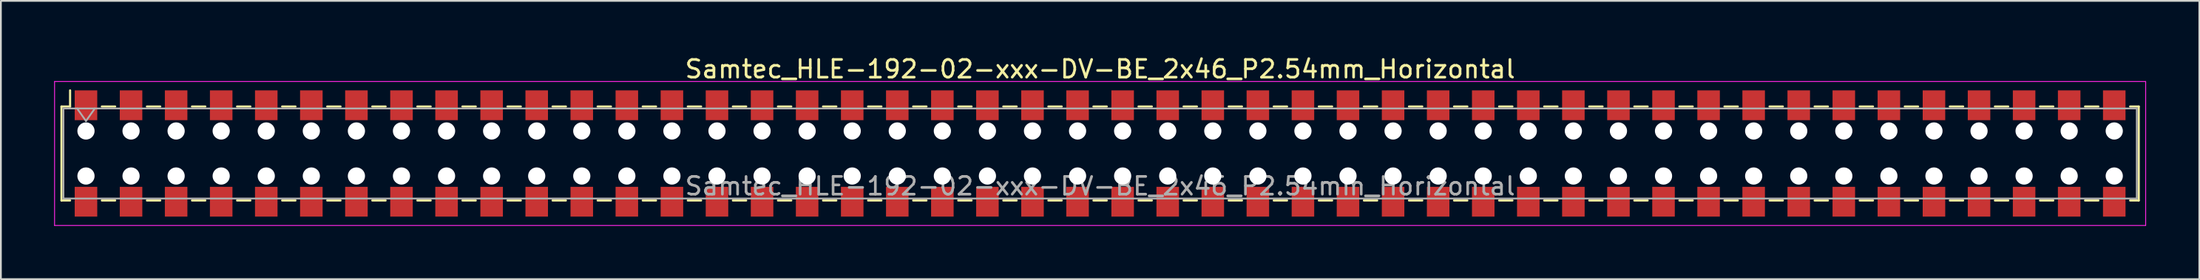
<source format=kicad_pcb>
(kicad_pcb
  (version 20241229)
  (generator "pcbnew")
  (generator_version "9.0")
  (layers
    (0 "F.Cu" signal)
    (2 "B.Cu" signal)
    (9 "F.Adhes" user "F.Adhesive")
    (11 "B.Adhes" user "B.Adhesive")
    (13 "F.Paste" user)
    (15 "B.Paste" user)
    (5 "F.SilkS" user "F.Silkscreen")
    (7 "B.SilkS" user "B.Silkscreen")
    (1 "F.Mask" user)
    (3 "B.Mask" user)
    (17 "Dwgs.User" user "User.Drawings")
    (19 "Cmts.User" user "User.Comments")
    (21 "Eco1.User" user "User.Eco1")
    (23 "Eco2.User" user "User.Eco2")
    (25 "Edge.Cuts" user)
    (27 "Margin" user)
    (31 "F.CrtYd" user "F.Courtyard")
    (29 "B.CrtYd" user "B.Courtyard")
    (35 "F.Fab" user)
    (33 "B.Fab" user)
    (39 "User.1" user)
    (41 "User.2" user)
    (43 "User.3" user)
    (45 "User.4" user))
  (footprint "Samtec_HLE-192-02-xxx-DV-BE_2x46_P2.54mm_Horizontal"
    (layer "F.Cu")
    (at 58.945 5.608)
    (property "Reference" "Samtec_HLE-192-02-xxx-DV-BE_2x46_P2.54mm_Horizontal" (at 0 -4.76 0) (layer "F.SilkS") (effects (font (size 1 1) (thickness 0.15))))
    (attr smd)
    (fp_line (start -58.53 -2.65) (end -58.53 2.65) (stroke (width 0.12) (type solid)) (layer "F.SilkS"))
    (fp_line (start -58.53 2.65) (end -58.045 2.65) (stroke (width 0.12) (type solid)) (layer "F.SilkS"))
    (fp_line (start -58.045 -3.56) (end -58.045 -2.65) (stroke (width 0.12) (type solid)) (layer "F.SilkS"))
    (fp_line (start -58.045 -2.65) (end -58.53 -2.65) (stroke (width 0.12) (type solid)) (layer "F.SilkS"))
    (fp_line (start -56.255 -2.65) (end -55.505 -2.65) (stroke (width 0.12) (type solid)) (layer "F.SilkS"))
    (fp_line (start -56.255 2.65) (end -55.505 2.65) (stroke (width 0.12) (type solid)) (layer "F.SilkS"))
    (fp_line (start -53.715 -2.65) (end -52.965 -2.65) (stroke (width 0.12) (type solid)) (layer "F.SilkS"))
    (fp_line (start -53.715 2.65) (end -52.965 2.65) (stroke (width 0.12) (type solid)) (layer "F.SilkS"))
    (fp_line (start -51.175 -2.65) (end -50.425 -2.65) (stroke (width 0.12) (type solid)) (layer "F.SilkS"))
    (fp_line (start -51.175 2.65) (end -50.425 2.65) (stroke (width 0.12) (type solid)) (layer "F.SilkS"))
    (fp_line (start -48.635 -2.65) (end -47.885 -2.65) (stroke (width 0.12) (type solid)) (layer "F.SilkS"))
    (fp_line (start -48.635 2.65) (end -47.885 2.65) (stroke (width 0.12) (type solid)) (layer "F.SilkS"))
    (fp_line (start -46.095 -2.65) (end -45.345 -2.65) (stroke (width 0.12) (type solid)) (layer "F.SilkS"))
    (fp_line (start -46.095 2.65) (end -45.345 2.65) (stroke (width 0.12) (type solid)) (layer "F.SilkS"))
    (fp_line (start -43.555 -2.65) (end -42.805 -2.65) (stroke (width 0.12) (type solid)) (layer "F.SilkS"))
    (fp_line (start -43.555 2.65) (end -42.805 2.65) (stroke (width 0.12) (type solid)) (layer "F.SilkS"))
    (fp_line (start -41.015 -2.65) (end -40.265 -2.65) (stroke (width 0.12) (type solid)) (layer "F.SilkS"))
    (fp_line (start -41.015 2.65) (end -40.265 2.65) (stroke (width 0.12) (type solid)) (layer "F.SilkS"))
    (fp_line (start -38.475 -2.65) (end -37.725 -2.65) (stroke (width 0.12) (type solid)) (layer "F.SilkS"))
    (fp_line (start -38.475 2.65) (end -37.725 2.65) (stroke (width 0.12) (type solid)) (layer "F.SilkS"))
    (fp_line (start -35.935 -2.65) (end -35.185 -2.65) (stroke (width 0.12) (type solid)) (layer "F.SilkS"))
    (fp_line (start -35.935 2.65) (end -35.185 2.65) (stroke (width 0.12) (type solid)) (layer "F.SilkS"))
    (fp_line (start -33.395 -2.65) (end -32.645 -2.65) (stroke (width 0.12) (type solid)) (layer "F.SilkS"))
    (fp_line (start -33.395 2.65) (end -32.645 2.65) (stroke (width 0.12) (type solid)) (layer "F.SilkS"))
    (fp_line (start -30.855 -2.65) (end -30.105 -2.65) (stroke (width 0.12) (type solid)) (layer "F.SilkS"))
    (fp_line (start -30.855 2.65) (end -30.105 2.65) (stroke (width 0.12) (type solid)) (layer "F.SilkS"))
    (fp_line (start -28.315 -2.65) (end -27.565 -2.65) (stroke (width 0.12) (type solid)) (layer "F.SilkS"))
    (fp_line (start -28.315 2.65) (end -27.565 2.65) (stroke (width 0.12) (type solid)) (layer "F.SilkS"))
    (fp_line (start -25.775 -2.65) (end -25.025 -2.65) (stroke (width 0.12) (type solid)) (layer "F.SilkS"))
    (fp_line (start -25.775 2.65) (end -25.025 2.65) (stroke (width 0.12) (type solid)) (layer "F.SilkS"))
    (fp_line (start -23.235 -2.65) (end -22.485 -2.65) (stroke (width 0.12) (type solid)) (layer "F.SilkS"))
    (fp_line (start -23.235 2.65) (end -22.485 2.65) (stroke (width 0.12) (type solid)) (layer "F.SilkS"))
    (fp_line (start -20.695 -2.65) (end -19.945 -2.65) (stroke (width 0.12) (type solid)) (layer "F.SilkS"))
    (fp_line (start -20.695 2.65) (end -19.945 2.65) (stroke (width 0.12) (type solid)) (layer "F.SilkS"))
    (fp_line (start -18.155 -2.65) (end -17.405 -2.65) (stroke (width 0.12) (type solid)) (layer "F.SilkS"))
    (fp_line (start -18.155 2.65) (end -17.405 2.65) (stroke (width 0.12) (type solid)) (layer "F.SilkS"))
    (fp_line (start -15.615 -2.65) (end -14.865 -2.65) (stroke (width 0.12) (type solid)) (layer "F.SilkS"))
    (fp_line (start -15.615 2.65) (end -14.865 2.65) (stroke (width 0.12) (type solid)) (layer "F.SilkS"))
    (fp_line (start -13.075 -2.65) (end -12.325 -2.65) (stroke (width 0.12) (type solid)) (layer "F.SilkS"))
    (fp_line (start -13.075 2.65) (end -12.325 2.65) (stroke (width 0.12) (type solid)) (layer "F.SilkS"))
    (fp_line (start -10.535 -2.65) (end -9.785 -2.65) (stroke (width 0.12) (type solid)) (layer "F.SilkS"))
    (fp_line (start -10.535 2.65) (end -9.785 2.65) (stroke (width 0.12) (type solid)) (layer "F.SilkS"))
    (fp_line (start -7.995 -2.65) (end -7.245 -2.65) (stroke (width 0.12) (type solid)) (layer "F.SilkS"))
    (fp_line (start -7.995 2.65) (end -7.245 2.65) (stroke (width 0.12) (type solid)) (layer "F.SilkS"))
    (fp_line (start -5.455 -2.65) (end -4.705 -2.65) (stroke (width 0.12) (type solid)) (layer "F.SilkS"))
    (fp_line (start -5.455 2.65) (end -4.705 2.65) (stroke (width 0.12) (type solid)) (layer "F.SilkS"))
    (fp_line (start -2.915 -2.65) (end -2.165 -2.65) (stroke (width 0.12) (type solid)) (layer "F.SilkS"))
    (fp_line (start -2.915 2.65) (end -2.165 2.65) (stroke (width 0.12) (type solid)) (layer "F.SilkS"))
    (fp_line (start -0.375 -2.65) (end 0.375 -2.65) (stroke (width 0.12) (type solid)) (layer "F.SilkS"))
    (fp_line (start -0.375 2.65) (end 0.375 2.65) (stroke (width 0.12) (type solid)) (layer "F.SilkS"))
    (fp_line (start 2.165 -2.65) (end 2.915 -2.65) (stroke (width 0.12) (type solid)) (layer "F.SilkS"))
    (fp_line (start 2.165 2.65) (end 2.915 2.65) (stroke (width 0.12) (type solid)) (layer "F.SilkS"))
    (fp_line (start 4.705 -2.65) (end 5.455 -2.65) (stroke (width 0.12) (type solid)) (layer "F.SilkS"))
    (fp_line (start 4.705 2.65) (end 5.455 2.65) (stroke (width 0.12) (type solid)) (layer "F.SilkS"))
    (fp_line (start 7.245 -2.65) (end 7.995 -2.65) (stroke (width 0.12) (type solid)) (layer "F.SilkS"))
    (fp_line (start 7.245 2.65) (end 7.995 2.65) (stroke (width 0.12) (type solid)) (layer "F.SilkS"))
    (fp_line (start 9.785 -2.65) (end 10.535 -2.65) (stroke (width 0.12) (type solid)) (layer "F.SilkS"))
    (fp_line (start 9.785 2.65) (end 10.535 2.65) (stroke (width 0.12) (type solid)) (layer "F.SilkS"))
    (fp_line (start 12.325 -2.65) (end 13.075 -2.65) (stroke (width 0.12) (type solid)) (layer "F.SilkS"))
    (fp_line (start 12.325 2.65) (end 13.075 2.65) (stroke (width 0.12) (type solid)) (layer "F.SilkS"))
    (fp_line (start 14.865 -2.65) (end 15.615 -2.65) (stroke (width 0.12) (type solid)) (layer "F.SilkS"))
    (fp_line (start 14.865 2.65) (end 15.615 2.65) (stroke (width 0.12) (type solid)) (layer "F.SilkS"))
    (fp_line (start 17.405 -2.65) (end 18.155 -2.65) (stroke (width 0.12) (type solid)) (layer "F.SilkS"))
    (fp_line (start 17.405 2.65) (end 18.155 2.65) (stroke (width 0.12) (type solid)) (layer "F.SilkS"))
    (fp_line (start 19.945 -2.65) (end 20.695 -2.65) (stroke (width 0.12) (type solid)) (layer "F.SilkS"))
    (fp_line (start 19.945 2.65) (end 20.695 2.65) (stroke (width 0.12) (type solid)) (layer "F.SilkS"))
    (fp_line (start 22.485 -2.65) (end 23.235 -2.65) (stroke (width 0.12) (type solid)) (layer "F.SilkS"))
    (fp_line (start 22.485 2.65) (end 23.235 2.65) (stroke (width 0.12) (type solid)) (layer "F.SilkS"))
    (fp_line (start 25.025 -2.65) (end 25.775 -2.65) (stroke (width 0.12) (type solid)) (layer "F.SilkS"))
    (fp_line (start 25.025 2.65) (end 25.775 2.65) (stroke (width 0.12) (type solid)) (layer "F.SilkS"))
    (fp_line (start 27.565 -2.65) (end 28.315 -2.65) (stroke (width 0.12) (type solid)) (layer "F.SilkS"))
    (fp_line (start 27.565 2.65) (end 28.315 2.65) (stroke (width 0.12) (type solid)) (layer "F.SilkS"))
    (fp_line (start 30.105 -2.65) (end 30.855 -2.65) (stroke (width 0.12) (type solid)) (layer "F.SilkS"))
    (fp_line (start 30.105 2.65) (end 30.855 2.65) (stroke (width 0.12) (type solid)) (layer "F.SilkS"))
    (fp_line (start 32.645 -2.65) (end 33.395 -2.65) (stroke (width 0.12) (type solid)) (layer "F.SilkS"))
    (fp_line (start 32.645 2.65) (end 33.395 2.65) (stroke (width 0.12) (type solid)) (layer "F.SilkS"))
    (fp_line (start 35.185 -2.65) (end 35.935 -2.65) (stroke (width 0.12) (type solid)) (layer "F.SilkS"))
    (fp_line (start 35.185 2.65) (end 35.935 2.65) (stroke (width 0.12) (type solid)) (layer "F.SilkS"))
    (fp_line (start 37.725 -2.65) (end 38.475 -2.65) (stroke (width 0.12) (type solid)) (layer "F.SilkS"))
    (fp_line (start 37.725 2.65) (end 38.475 2.65) (stroke (width 0.12) (type solid)) (layer "F.SilkS"))
    (fp_line (start 40.265 -2.65) (end 41.015 -2.65) (stroke (width 0.12) (type solid)) (layer "F.SilkS"))
    (fp_line (start 40.265 2.65) (end 41.015 2.65) (stroke (width 0.12) (type solid)) (layer "F.SilkS"))
    (fp_line (start 42.805 -2.65) (end 43.555 -2.65) (stroke (width 0.12) (type solid)) (layer "F.SilkS"))
    (fp_line (start 42.805 2.65) (end 43.555 2.65) (stroke (width 0.12) (type solid)) (layer "F.SilkS"))
    (fp_line (start 45.345 -2.65) (end 46.095 -2.65) (stroke (width 0.12) (type solid)) (layer "F.SilkS"))
    (fp_line (start 45.345 2.65) (end 46.095 2.65) (stroke (width 0.12) (type solid)) (layer "F.SilkS"))
    (fp_line (start 47.885 -2.65) (end 48.635 -2.65) (stroke (width 0.12) (type solid)) (layer "F.SilkS"))
    (fp_line (start 47.885 2.65) (end 48.635 2.65) (stroke (width 0.12) (type solid)) (layer "F.SilkS"))
    (fp_line (start 50.425 -2.65) (end 51.175 -2.65) (stroke (width 0.12) (type solid)) (layer "F.SilkS"))
    (fp_line (start 50.425 2.65) (end 51.175 2.65) (stroke (width 0.12) (type solid)) (layer "F.SilkS"))
    (fp_line (start 52.965 -2.65) (end 53.715 -2.65) (stroke (width 0.12) (type solid)) (layer "F.SilkS"))
    (fp_line (start 52.965 2.65) (end 53.715 2.65) (stroke (width 0.12) (type solid)) (layer "F.SilkS"))
    (fp_line (start 55.505 -2.65) (end 56.255 -2.65) (stroke (width 0.12) (type solid)) (layer "F.SilkS"))
    (fp_line (start 55.505 2.65) (end 56.255 2.65) (stroke (width 0.12) (type solid)) (layer "F.SilkS"))
    (fp_line (start 58.045 -2.65) (end 58.53 -2.65) (stroke (width 0.12) (type solid)) (layer "F.SilkS"))
    (fp_line (start 58.53 -2.65) (end 58.53 2.65) (stroke (width 0.12) (type solid)) (layer "F.SilkS"))
    (fp_line (start 58.53 2.65) (end 58.045 2.65) (stroke (width 0.12) (type solid)) (layer "F.SilkS"))
    (fp_line (start -58.92 -4.06) (end 58.92 -4.06) (stroke (width 0.05) (type solid)) (layer "F.CrtYd"))
    (fp_line (start -58.92 4.06) (end -58.92 -4.06) (stroke (width 0.05) (type solid)) (layer "F.CrtYd"))
    (fp_line (start 58.92 -4.06) (end 58.92 4.06) (stroke (width 0.05) (type solid)) (layer "F.CrtYd"))
    (fp_line (start 58.92 4.06) (end -58.92 4.06) (stroke (width 0.05) (type solid)) (layer "F.CrtYd"))
    (fp_line (start -58.42 -2.54) (end 58.42 -2.54) (stroke (width 0.1) (type solid)) (layer "F.Fab"))
    (fp_line (start -58.42 2.54) (end -58.42 -2.54) (stroke (width 0.1) (type solid)) (layer "F.Fab"))
    (fp_line (start -57.65 -2.54) (end -57.15 -1.833) (stroke (width 0.1) (type solid)) (layer "F.Fab"))
    (fp_line (start -57.15 -1.833) (end -56.65 -2.54) (stroke (width 0.1) (type solid)) (layer "F.Fab"))
    (fp_line (start 58.42 -2.54) (end 58.42 2.54) (stroke (width 0.1) (type solid)) (layer "F.Fab"))
    (fp_line (start 58.42 2.54) (end -58.42 2.54) (stroke (width 0.1) (type solid)) (layer "F.Fab"))
    (fp_text user "${REFERENCE}" (at 0 1.84 0) (layer "F.Fab") (effects (font (size 1 1) (thickness 0.15))))
    (pad "" np_thru_hole circle (at -57.15 -1.27) (size 0.97 0.97) (drill 0.97) (layers "*.Cu" "*.Mask"))
    (pad "" np_thru_hole circle (at -57.15 1.27) (size 0.97 0.97) (drill 0.97) (layers "*.Cu" "*.Mask"))
    (pad "" np_thru_hole circle (at -54.61 -1.27) (size 0.97 0.97) (drill 0.97) (layers "*.Cu" "*.Mask"))
    (pad "" np_thru_hole circle (at -54.61 1.27) (size 0.97 0.97) (drill 0.97) (layers "*.Cu" "*.Mask"))
    (pad "" np_thru_hole circle (at -52.07 -1.27) (size 0.97 0.97) (drill 0.97) (layers "*.Cu" "*.Mask"))
    (pad "" np_thru_hole circle (at -52.07 1.27) (size 0.97 0.97) (drill 0.97) (layers "*.Cu" "*.Mask"))
    (pad "" np_thru_hole circle (at -49.53 -1.27) (size 0.97 0.97) (drill 0.97) (layers "*.Cu" "*.Mask"))
    (pad "" np_thru_hole circle (at -49.53 1.27) (size 0.97 0.97) (drill 0.97) (layers "*.Cu" "*.Mask"))
    (pad "" np_thru_hole circle (at -46.99 -1.27) (size 0.97 0.97) (drill 0.97) (layers "*.Cu" "*.Mask"))
    (pad "" np_thru_hole circle (at -46.99 1.27) (size 0.97 0.97) (drill 0.97) (layers "*.Cu" "*.Mask"))
    (pad "" np_thru_hole circle (at -44.45 -1.27) (size 0.97 0.97) (drill 0.97) (layers "*.Cu" "*.Mask"))
    (pad "" np_thru_hole circle (at -44.45 1.27) (size 0.97 0.97) (drill 0.97) (layers "*.Cu" "*.Mask"))
    (pad "" np_thru_hole circle (at -41.91 -1.27) (size 0.97 0.97) (drill 0.97) (layers "*.Cu" "*.Mask"))
    (pad "" np_thru_hole circle (at -41.91 1.27) (size 0.97 0.97) (drill 0.97) (layers "*.Cu" "*.Mask"))
    (pad "" np_thru_hole circle (at -39.37 -1.27) (size 0.97 0.97) (drill 0.97) (layers "*.Cu" "*.Mask"))
    (pad "" np_thru_hole circle (at -39.37 1.27) (size 0.97 0.97) (drill 0.97) (layers "*.Cu" "*.Mask"))
    (pad "" np_thru_hole circle (at -36.83 -1.27) (size 0.97 0.97) (drill 0.97) (layers "*.Cu" "*.Mask"))
    (pad "" np_thru_hole circle (at -36.83 1.27) (size 0.97 0.97) (drill 0.97) (layers "*.Cu" "*.Mask"))
    (pad "" np_thru_hole circle (at -34.29 -1.27) (size 0.97 0.97) (drill 0.97) (layers "*.Cu" "*.Mask"))
    (pad "" np_thru_hole circle (at -34.29 1.27) (size 0.97 0.97) (drill 0.97) (layers "*.Cu" "*.Mask"))
    (pad "" np_thru_hole circle (at -31.75 -1.27) (size 0.97 0.97) (drill 0.97) (layers "*.Cu" "*.Mask"))
    (pad "" np_thru_hole circle (at -31.75 1.27) (size 0.97 0.97) (drill 0.97) (layers "*.Cu" "*.Mask"))
    (pad "" np_thru_hole circle (at -29.21 -1.27) (size 0.97 0.97) (drill 0.97) (layers "*.Cu" "*.Mask"))
    (pad "" np_thru_hole circle (at -29.21 1.27) (size 0.97 0.97) (drill 0.97) (layers "*.Cu" "*.Mask"))
    (pad "" np_thru_hole circle (at -26.67 -1.27) (size 0.97 0.97) (drill 0.97) (layers "*.Cu" "*.Mask"))
    (pad "" np_thru_hole circle (at -26.67 1.27) (size 0.97 0.97) (drill 0.97) (layers "*.Cu" "*.Mask"))
    (pad "" np_thru_hole circle (at -24.13 -1.27) (size 0.97 0.97) (drill 0.97) (layers "*.Cu" "*.Mask"))
    (pad "" np_thru_hole circle (at -24.13 1.27) (size 0.97 0.97) (drill 0.97) (layers "*.Cu" "*.Mask"))
    (pad "" np_thru_hole circle (at -21.59 -1.27) (size 0.97 0.97) (drill 0.97) (layers "*.Cu" "*.Mask"))
    (pad "" np_thru_hole circle (at -21.59 1.27) (size 0.97 0.97) (drill 0.97) (layers "*.Cu" "*.Mask"))
    (pad "" np_thru_hole circle (at -19.05 -1.27) (size 0.97 0.97) (drill 0.97) (layers "*.Cu" "*.Mask"))
    (pad "" np_thru_hole circle (at -19.05 1.27) (size 0.97 0.97) (drill 0.97) (layers "*.Cu" "*.Mask"))
    (pad "" np_thru_hole circle (at -16.51 -1.27) (size 0.97 0.97) (drill 0.97) (layers "*.Cu" "*.Mask"))
    (pad "" np_thru_hole circle (at -16.51 1.27) (size 0.97 0.97) (drill 0.97) (layers "*.Cu" "*.Mask"))
    (pad "" np_thru_hole circle (at -13.97 -1.27) (size 0.97 0.97) (drill 0.97) (layers "*.Cu" "*.Mask"))
    (pad "" np_thru_hole circle (at -13.97 1.27) (size 0.97 0.97) (drill 0.97) (layers "*.Cu" "*.Mask"))
    (pad "" np_thru_hole circle (at -11.43 -1.27) (size 0.97 0.97) (drill 0.97) (layers "*.Cu" "*.Mask"))
    (pad "" np_thru_hole circle (at -11.43 1.27) (size 0.97 0.97) (drill 0.97) (layers "*.Cu" "*.Mask"))
    (pad "" np_thru_hole circle (at -8.89 -1.27) (size 0.97 0.97) (drill 0.97) (layers "*.Cu" "*.Mask"))
    (pad "" np_thru_hole circle (at -8.89 1.27) (size 0.97 0.97) (drill 0.97) (layers "*.Cu" "*.Mask"))
    (pad "" np_thru_hole circle (at -6.35 -1.27) (size 0.97 0.97) (drill 0.97) (layers "*.Cu" "*.Mask"))
    (pad "" np_thru_hole circle (at -6.35 1.27) (size 0.97 0.97) (drill 0.97) (layers "*.Cu" "*.Mask"))
    (pad "" np_thru_hole circle (at -3.81 -1.27) (size 0.97 0.97) (drill 0.97) (layers "*.Cu" "*.Mask"))
    (pad "" np_thru_hole circle (at -3.81 1.27) (size 0.97 0.97) (drill 0.97) (layers "*.Cu" "*.Mask"))
    (pad "" np_thru_hole circle (at -1.27 -1.27) (size 0.97 0.97) (drill 0.97) (layers "*.Cu" "*.Mask"))
    (pad "" np_thru_hole circle (at -1.27 1.27) (size 0.97 0.97) (drill 0.97) (layers "*.Cu" "*.Mask"))
    (pad "" np_thru_hole circle (at 1.27 -1.27) (size 0.97 0.97) (drill 0.97) (layers "*.Cu" "*.Mask"))
    (pad "" np_thru_hole circle (at 1.27 1.27) (size 0.97 0.97) (drill 0.97) (layers "*.Cu" "*.Mask"))
    (pad "" np_thru_hole circle (at 3.81 -1.27) (size 0.97 0.97) (drill 0.97) (layers "*.Cu" "*.Mask"))
    (pad "" np_thru_hole circle (at 3.81 1.27) (size 0.97 0.97) (drill 0.97) (layers "*.Cu" "*.Mask"))
    (pad "" np_thru_hole circle (at 6.35 -1.27) (size 0.97 0.97) (drill 0.97) (layers "*.Cu" "*.Mask"))
    (pad "" np_thru_hole circle (at 6.35 1.27) (size 0.97 0.97) (drill 0.97) (layers "*.Cu" "*.Mask"))
    (pad "" np_thru_hole circle (at 8.89 -1.27) (size 0.97 0.97) (drill 0.97) (layers "*.Cu" "*.Mask"))
    (pad "" np_thru_hole circle (at 8.89 1.27) (size 0.97 0.97) (drill 0.97) (layers "*.Cu" "*.Mask"))
    (pad "" np_thru_hole circle (at 11.43 -1.27) (size 0.97 0.97) (drill 0.97) (layers "*.Cu" "*.Mask"))
    (pad "" np_thru_hole circle (at 11.43 1.27) (size 0.97 0.97) (drill 0.97) (layers "*.Cu" "*.Mask"))
    (pad "" np_thru_hole circle (at 13.97 -1.27) (size 0.97 0.97) (drill 0.97) (layers "*.Cu" "*.Mask"))
    (pad "" np_thru_hole circle (at 13.97 1.27) (size 0.97 0.97) (drill 0.97) (layers "*.Cu" "*.Mask"))
    (pad "" np_thru_hole circle (at 16.51 -1.27) (size 0.97 0.97) (drill 0.97) (layers "*.Cu" "*.Mask"))
    (pad "" np_thru_hole circle (at 16.51 1.27) (size 0.97 0.97) (drill 0.97) (layers "*.Cu" "*.Mask"))
    (pad "" np_thru_hole circle (at 19.05 -1.27) (size 0.97 0.97) (drill 0.97) (layers "*.Cu" "*.Mask"))
    (pad "" np_thru_hole circle (at 19.05 1.27) (size 0.97 0.97) (drill 0.97) (layers "*.Cu" "*.Mask"))
    (pad "" np_thru_hole circle (at 21.59 -1.27) (size 0.97 0.97) (drill 0.97) (layers "*.Cu" "*.Mask"))
    (pad "" np_thru_hole circle (at 21.59 1.27) (size 0.97 0.97) (drill 0.97) (layers "*.Cu" "*.Mask"))
    (pad "" np_thru_hole circle (at 24.13 -1.27) (size 0.97 0.97) (drill 0.97) (layers "*.Cu" "*.Mask"))
    (pad "" np_thru_hole circle (at 24.13 1.27) (size 0.97 0.97) (drill 0.97) (layers "*.Cu" "*.Mask"))
    (pad "" np_thru_hole circle (at 26.67 -1.27) (size 0.97 0.97) (drill 0.97) (layers "*.Cu" "*.Mask"))
    (pad "" np_thru_hole circle (at 26.67 1.27) (size 0.97 0.97) (drill 0.97) (layers "*.Cu" "*.Mask"))
    (pad "" np_thru_hole circle (at 29.21 -1.27) (size 0.97 0.97) (drill 0.97) (layers "*.Cu" "*.Mask"))
    (pad "" np_thru_hole circle (at 29.21 1.27) (size 0.97 0.97) (drill 0.97) (layers "*.Cu" "*.Mask"))
    (pad "" np_thru_hole circle (at 31.75 -1.27) (size 0.97 0.97) (drill 0.97) (layers "*.Cu" "*.Mask"))
    (pad "" np_thru_hole circle (at 31.75 1.27) (size 0.97 0.97) (drill 0.97) (layers "*.Cu" "*.Mask"))
    (pad "" np_thru_hole circle (at 34.29 -1.27) (size 0.97 0.97) (drill 0.97) (layers "*.Cu" "*.Mask"))
    (pad "" np_thru_hole circle (at 34.29 1.27) (size 0.97 0.97) (drill 0.97) (layers "*.Cu" "*.Mask"))
    (pad "" np_thru_hole circle (at 36.83 -1.27) (size 0.97 0.97) (drill 0.97) (layers "*.Cu" "*.Mask"))
    (pad "" np_thru_hole circle (at 36.83 1.27) (size 0.97 0.97) (drill 0.97) (layers "*.Cu" "*.Mask"))
    (pad "" np_thru_hole circle (at 39.37 -1.27) (size 0.97 0.97) (drill 0.97) (layers "*.Cu" "*.Mask"))
    (pad "" np_thru_hole circle (at 39.37 1.27) (size 0.97 0.97) (drill 0.97) (layers "*.Cu" "*.Mask"))
    (pad "" np_thru_hole circle (at 41.91 -1.27) (size 0.97 0.97) (drill 0.97) (layers "*.Cu" "*.Mask"))
    (pad "" np_thru_hole circle (at 41.91 1.27) (size 0.97 0.97) (drill 0.97) (layers "*.Cu" "*.Mask"))
    (pad "" np_thru_hole circle (at 44.45 -1.27) (size 0.97 0.97) (drill 0.97) (layers "*.Cu" "*.Mask"))
    (pad "" np_thru_hole circle (at 44.45 1.27) (size 0.97 0.97) (drill 0.97) (layers "*.Cu" "*.Mask"))
    (pad "" np_thru_hole circle (at 46.99 -1.27) (size 0.97 0.97) (drill 0.97) (layers "*.Cu" "*.Mask"))
    (pad "" np_thru_hole circle (at 46.99 1.27) (size 0.97 0.97) (drill 0.97) (layers "*.Cu" "*.Mask"))
    (pad "" np_thru_hole circle (at 49.53 -1.27) (size 0.97 0.97) (drill 0.97) (layers "*.Cu" "*.Mask"))
    (pad "" np_thru_hole circle (at 49.53 1.27) (size 0.97 0.97) (drill 0.97) (layers "*.Cu" "*.Mask"))
    (pad "" np_thru_hole circle (at 52.07 -1.27) (size 0.97 0.97) (drill 0.97) (layers "*.Cu" "*.Mask"))
    (pad "" np_thru_hole circle (at 52.07 1.27) (size 0.97 0.97) (drill 0.97) (layers "*.Cu" "*.Mask"))
    (pad "" np_thru_hole circle (at 54.61 -1.27) (size 0.97 0.97) (drill 0.97) (layers "*.Cu" "*.Mask"))
    (pad "" np_thru_hole circle (at 54.61 1.27) (size 0.97 0.97) (drill 0.97) (layers "*.Cu" "*.Mask"))
    (pad "" np_thru_hole circle (at 57.15 -1.27) (size 0.97 0.97) (drill 0.97) (layers "*.Cu" "*.Mask"))
    (pad "" np_thru_hole circle (at 57.15 1.27) (size 0.97 0.97) (drill 0.97) (layers "*.Cu" "*.Mask"))
    (pad "1" smd rect (at -57.15 -2.72) (size 1.27 1.68) (layers "F.Cu" "F.Mask" "F.Paste"))
    (pad "2" smd rect (at -57.15 2.72) (size 1.27 1.68) (layers "F.Cu" "F.Mask" "F.Paste"))
    (pad "3" smd rect (at -54.61 -2.72) (size 1.27 1.68) (layers "F.Cu" "F.Mask" "F.Paste"))
    (pad "4" smd rect (at -54.61 2.72) (size 1.27 1.68) (layers "F.Cu" "F.Mask" "F.Paste"))
    (pad "5" smd rect (at -52.07 -2.72) (size 1.27 1.68) (layers "F.Cu" "F.Mask" "F.Paste"))
    (pad "6" smd rect (at -52.07 2.72) (size 1.27 1.68) (layers "F.Cu" "F.Mask" "F.Paste"))
    (pad "7" smd rect (at -49.53 -2.72) (size 1.27 1.68) (layers "F.Cu" "F.Mask" "F.Paste"))
    (pad "8" smd rect (at -49.53 2.72) (size 1.27 1.68) (layers "F.Cu" "F.Mask" "F.Paste"))
    (pad "9" smd rect (at -46.99 -2.72) (size 1.27 1.68) (layers "F.Cu" "F.Mask" "F.Paste"))
    (pad "10" smd rect (at -46.99 2.72) (size 1.27 1.68) (layers "F.Cu" "F.Mask" "F.Paste"))
    (pad "11" smd rect (at -44.45 -2.72) (size 1.27 1.68) (layers "F.Cu" "F.Mask" "F.Paste"))
    (pad "12" smd rect (at -44.45 2.72) (size 1.27 1.68) (layers "F.Cu" "F.Mask" "F.Paste"))
    (pad "13" smd rect (at -41.91 -2.72) (size 1.27 1.68) (layers "F.Cu" "F.Mask" "F.Paste"))
    (pad "14" smd rect (at -41.91 2.72) (size 1.27 1.68) (layers "F.Cu" "F.Mask" "F.Paste"))
    (pad "15" smd rect (at -39.37 -2.72) (size 1.27 1.68) (layers "F.Cu" "F.Mask" "F.Paste"))
    (pad "16" smd rect (at -39.37 2.72) (size 1.27 1.68) (layers "F.Cu" "F.Mask" "F.Paste"))
    (pad "17" smd rect (at -36.83 -2.72) (size 1.27 1.68) (layers "F.Cu" "F.Mask" "F.Paste"))
    (pad "18" smd rect (at -36.83 2.72) (size 1.27 1.68) (layers "F.Cu" "F.Mask" "F.Paste"))
    (pad "19" smd rect (at -34.29 -2.72) (size 1.27 1.68) (layers "F.Cu" "F.Mask" "F.Paste"))
    (pad "20" smd rect (at -34.29 2.72) (size 1.27 1.68) (layers "F.Cu" "F.Mask" "F.Paste"))
    (pad "21" smd rect (at -31.75 -2.72) (size 1.27 1.68) (layers "F.Cu" "F.Mask" "F.Paste"))
    (pad "22" smd rect (at -31.75 2.72) (size 1.27 1.68) (layers "F.Cu" "F.Mask" "F.Paste"))
    (pad "23" smd rect (at -29.21 -2.72) (size 1.27 1.68) (layers "F.Cu" "F.Mask" "F.Paste"))
    (pad "24" smd rect (at -29.21 2.72) (size 1.27 1.68) (layers "F.Cu" "F.Mask" "F.Paste"))
    (pad "25" smd rect (at -26.67 -2.72) (size 1.27 1.68) (layers "F.Cu" "F.Mask" "F.Paste"))
    (pad "26" smd rect (at -26.67 2.72) (size 1.27 1.68) (layers "F.Cu" "F.Mask" "F.Paste"))
    (pad "27" smd rect (at -24.13 -2.72) (size 1.27 1.68) (layers "F.Cu" "F.Mask" "F.Paste"))
    (pad "28" smd rect (at -24.13 2.72) (size 1.27 1.68) (layers "F.Cu" "F.Mask" "F.Paste"))
    (pad "29" smd rect (at -21.59 -2.72) (size 1.27 1.68) (layers "F.Cu" "F.Mask" "F.Paste"))
    (pad "30" smd rect (at -21.59 2.72) (size 1.27 1.68) (layers "F.Cu" "F.Mask" "F.Paste"))
    (pad "31" smd rect (at -19.05 -2.72) (size 1.27 1.68) (layers "F.Cu" "F.Mask" "F.Paste"))
    (pad "32" smd rect (at -19.05 2.72) (size 1.27 1.68) (layers "F.Cu" "F.Mask" "F.Paste"))
    (pad "33" smd rect (at -16.51 -2.72) (size 1.27 1.68) (layers "F.Cu" "F.Mask" "F.Paste"))
    (pad "34" smd rect (at -16.51 2.72) (size 1.27 1.68) (layers "F.Cu" "F.Mask" "F.Paste"))
    (pad "35" smd rect (at -13.97 -2.72) (size 1.27 1.68) (layers "F.Cu" "F.Mask" "F.Paste"))
    (pad "36" smd rect (at -13.97 2.72) (size 1.27 1.68) (layers "F.Cu" "F.Mask" "F.Paste"))
    (pad "37" smd rect (at -11.43 -2.72) (size 1.27 1.68) (layers "F.Cu" "F.Mask" "F.Paste"))
    (pad "38" smd rect (at -11.43 2.72) (size 1.27 1.68) (layers "F.Cu" "F.Mask" "F.Paste"))
    (pad "39" smd rect (at -8.89 -2.72) (size 1.27 1.68) (layers "F.Cu" "F.Mask" "F.Paste"))
    (pad "40" smd rect (at -8.89 2.72) (size 1.27 1.68) (layers "F.Cu" "F.Mask" "F.Paste"))
    (pad "41" smd rect (at -6.35 -2.72) (size 1.27 1.68) (layers "F.Cu" "F.Mask" "F.Paste"))
    (pad "42" smd rect (at -6.35 2.72) (size 1.27 1.68) (layers "F.Cu" "F.Mask" "F.Paste"))
    (pad "43" smd rect (at -3.81 -2.72) (size 1.27 1.68) (layers "F.Cu" "F.Mask" "F.Paste"))
    (pad "44" smd rect (at -3.81 2.72) (size 1.27 1.68) (layers "F.Cu" "F.Mask" "F.Paste"))
    (pad "45" smd rect (at -1.27 -2.72) (size 1.27 1.68) (layers "F.Cu" "F.Mask" "F.Paste"))
    (pad "46" smd rect (at -1.27 2.72) (size 1.27 1.68) (layers "F.Cu" "F.Mask" "F.Paste"))
    (pad "47" smd rect (at 1.27 -2.72) (size 1.27 1.68) (layers "F.Cu" "F.Mask" "F.Paste"))
    (pad "48" smd rect (at 1.27 2.72) (size 1.27 1.68) (layers "F.Cu" "F.Mask" "F.Paste"))
    (pad "49" smd rect (at 3.81 -2.72) (size 1.27 1.68) (layers "F.Cu" "F.Mask" "F.Paste"))
    (pad "50" smd rect (at 3.81 2.72) (size 1.27 1.68) (layers "F.Cu" "F.Mask" "F.Paste"))
    (pad "51" smd rect (at 6.35 -2.72) (size 1.27 1.68) (layers "F.Cu" "F.Mask" "F.Paste"))
    (pad "52" smd rect (at 6.35 2.72) (size 1.27 1.68) (layers "F.Cu" "F.Mask" "F.Paste"))
    (pad "53" smd rect (at 8.89 -2.72) (size 1.27 1.68) (layers "F.Cu" "F.Mask" "F.Paste"))
    (pad "54" smd rect (at 8.89 2.72) (size 1.27 1.68) (layers "F.Cu" "F.Mask" "F.Paste"))
    (pad "55" smd rect (at 11.43 -2.72) (size 1.27 1.68) (layers "F.Cu" "F.Mask" "F.Paste"))
    (pad "56" smd rect (at 11.43 2.72) (size 1.27 1.68) (layers "F.Cu" "F.Mask" "F.Paste"))
    (pad "57" smd rect (at 13.97 -2.72) (size 1.27 1.68) (layers "F.Cu" "F.Mask" "F.Paste"))
    (pad "58" smd rect (at 13.97 2.72) (size 1.27 1.68) (layers "F.Cu" "F.Mask" "F.Paste"))
    (pad "59" smd rect (at 16.51 -2.72) (size 1.27 1.68) (layers "F.Cu" "F.Mask" "F.Paste"))
    (pad "60" smd rect (at 16.51 2.72) (size 1.27 1.68) (layers "F.Cu" "F.Mask" "F.Paste"))
    (pad "61" smd rect (at 19.05 -2.72) (size 1.27 1.68) (layers "F.Cu" "F.Mask" "F.Paste"))
    (pad "62" smd rect (at 19.05 2.72) (size 1.27 1.68) (layers "F.Cu" "F.Mask" "F.Paste"))
    (pad "63" smd rect (at 21.59 -2.72) (size 1.27 1.68) (layers "F.Cu" "F.Mask" "F.Paste"))
    (pad "64" smd rect (at 21.59 2.72) (size 1.27 1.68) (layers "F.Cu" "F.Mask" "F.Paste"))
    (pad "65" smd rect (at 24.13 -2.72) (size 1.27 1.68) (layers "F.Cu" "F.Mask" "F.Paste"))
    (pad "66" smd rect (at 24.13 2.72) (size 1.27 1.68) (layers "F.Cu" "F.Mask" "F.Paste"))
    (pad "67" smd rect (at 26.67 -2.72) (size 1.27 1.68) (layers "F.Cu" "F.Mask" "F.Paste"))
    (pad "68" smd rect (at 26.67 2.72) (size 1.27 1.68) (layers "F.Cu" "F.Mask" "F.Paste"))
    (pad "69" smd rect (at 29.21 -2.72) (size 1.27 1.68) (layers "F.Cu" "F.Mask" "F.Paste"))
    (pad "70" smd rect (at 29.21 2.72) (size 1.27 1.68) (layers "F.Cu" "F.Mask" "F.Paste"))
    (pad "71" smd rect (at 31.75 -2.72) (size 1.27 1.68) (layers "F.Cu" "F.Mask" "F.Paste"))
    (pad "72" smd rect (at 31.75 2.72) (size 1.27 1.68) (layers "F.Cu" "F.Mask" "F.Paste"))
    (pad "73" smd rect (at 34.29 -2.72) (size 1.27 1.68) (layers "F.Cu" "F.Mask" "F.Paste"))
    (pad "74" smd rect (at 34.29 2.72) (size 1.27 1.68) (layers "F.Cu" "F.Mask" "F.Paste"))
    (pad "75" smd rect (at 36.83 -2.72) (size 1.27 1.68) (layers "F.Cu" "F.Mask" "F.Paste"))
    (pad "76" smd rect (at 36.83 2.72) (size 1.27 1.68) (layers "F.Cu" "F.Mask" "F.Paste"))
    (pad "77" smd rect (at 39.37 -2.72) (size 1.27 1.68) (layers "F.Cu" "F.Mask" "F.Paste"))
    (pad "78" smd rect (at 39.37 2.72) (size 1.27 1.68) (layers "F.Cu" "F.Mask" "F.Paste"))
    (pad "79" smd rect (at 41.91 -2.72) (size 1.27 1.68) (layers "F.Cu" "F.Mask" "F.Paste"))
    (pad "80" smd rect (at 41.91 2.72) (size 1.27 1.68) (layers "F.Cu" "F.Mask" "F.Paste"))
    (pad "81" smd rect (at 44.45 -2.72) (size 1.27 1.68) (layers "F.Cu" "F.Mask" "F.Paste"))
    (pad "82" smd rect (at 44.45 2.72) (size 1.27 1.68) (layers "F.Cu" "F.Mask" "F.Paste"))
    (pad "83" smd rect (at 46.99 -2.72) (size 1.27 1.68) (layers "F.Cu" "F.Mask" "F.Paste"))
    (pad "84" smd rect (at 46.99 2.72) (size 1.27 1.68) (layers "F.Cu" "F.Mask" "F.Paste"))
    (pad "85" smd rect (at 49.53 -2.72) (size 1.27 1.68) (layers "F.Cu" "F.Mask" "F.Paste"))
    (pad "86" smd rect (at 49.53 2.72) (size 1.27 1.68) (layers "F.Cu" "F.Mask" "F.Paste"))
    (pad "87" smd rect (at 52.07 -2.72) (size 1.27 1.68) (layers "F.Cu" "F.Mask" "F.Paste"))
    (pad "88" smd rect (at 52.07 2.72) (size 1.27 1.68) (layers "F.Cu" "F.Mask" "F.Paste"))
    (pad "89" smd rect (at 54.61 -2.72) (size 1.27 1.68) (layers "F.Cu" "F.Mask" "F.Paste"))
    (pad "90" smd rect (at 54.61 2.72) (size 1.27 1.68) (layers "F.Cu" "F.Mask" "F.Paste"))
    (pad "91" smd rect (at 57.15 -2.72) (size 1.27 1.68) (layers "F.Cu" "F.Mask" "F.Paste"))
    (pad "92" smd rect (at 57.15 2.72) (size 1.27 1.68) (layers "F.Cu" "F.Mask" "F.Paste")))
  (gr_rect
    (start -3 -3)
    (end 120.89 12.693)
    (stroke (width 0.1) (type default))
    (fill no)
    (layer "Edge.Cuts")))
</source>
